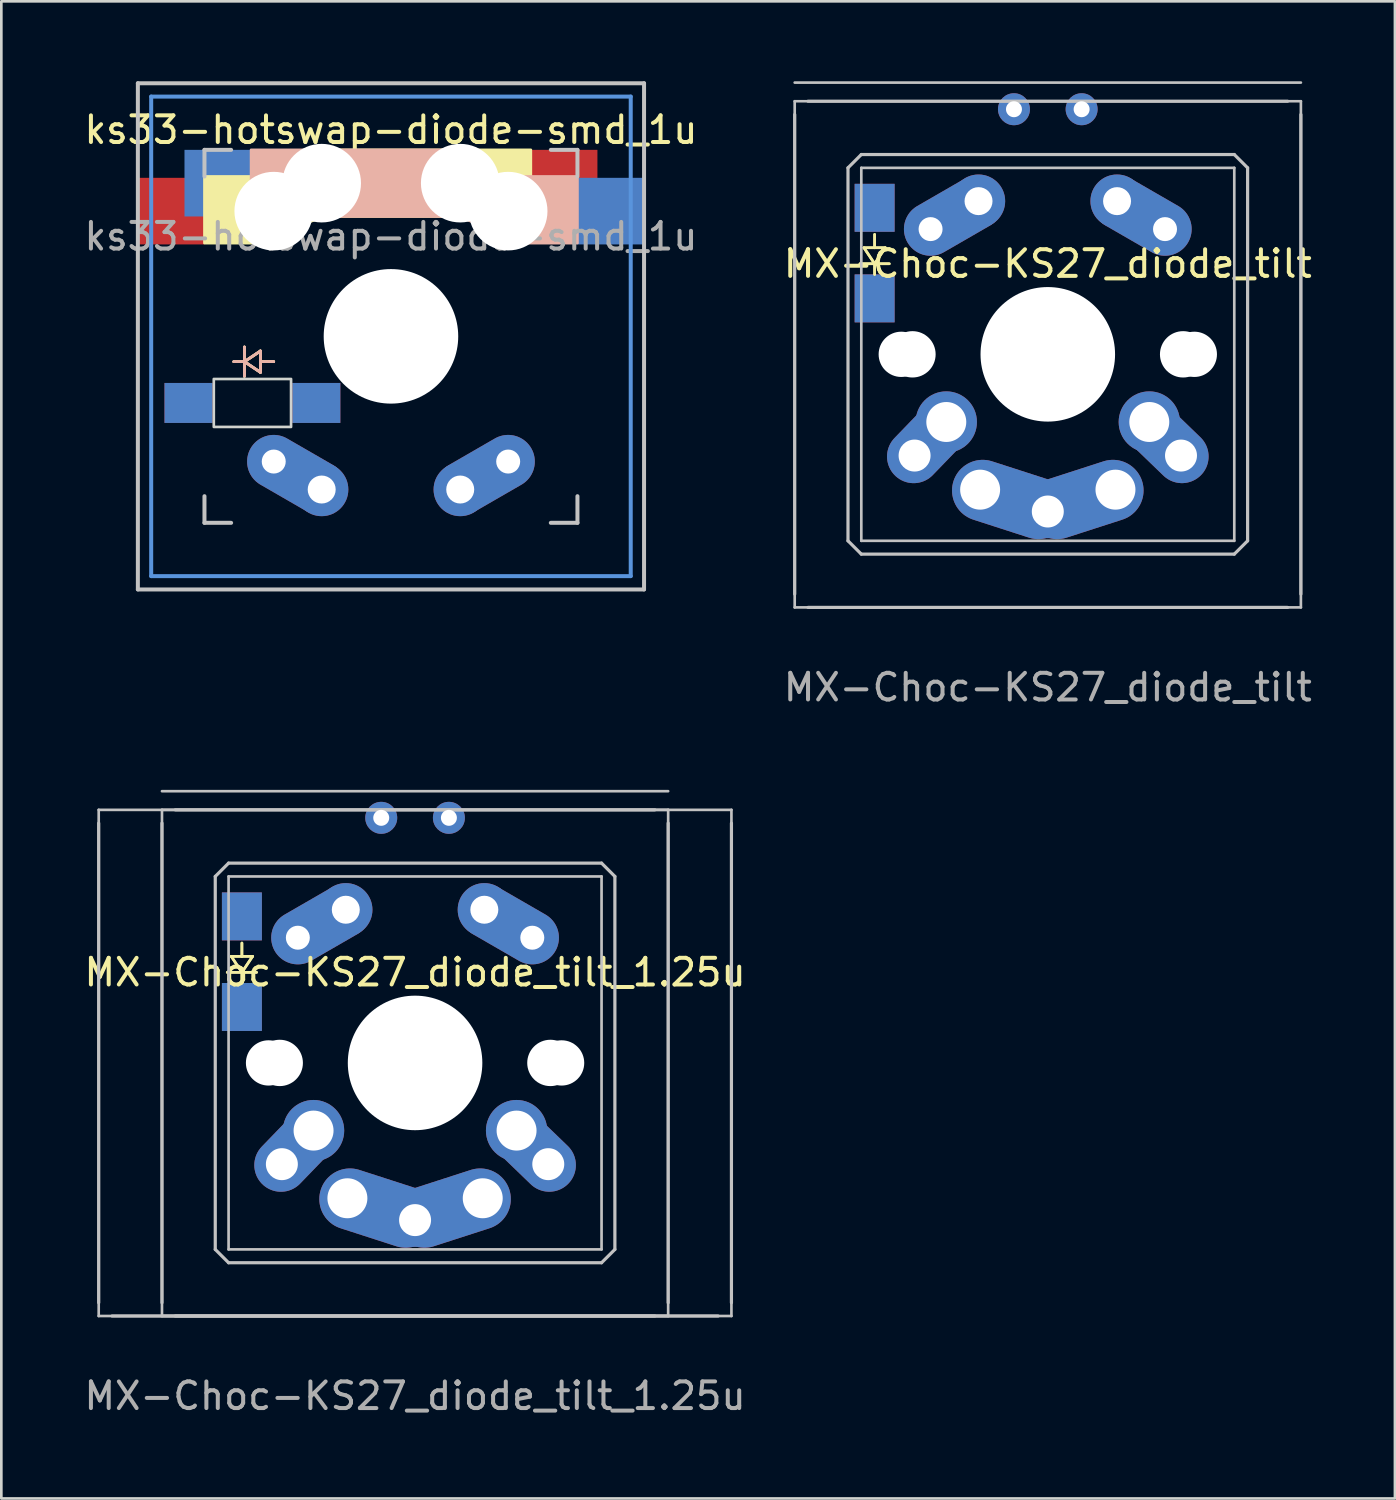
<source format=kicad_pcb>
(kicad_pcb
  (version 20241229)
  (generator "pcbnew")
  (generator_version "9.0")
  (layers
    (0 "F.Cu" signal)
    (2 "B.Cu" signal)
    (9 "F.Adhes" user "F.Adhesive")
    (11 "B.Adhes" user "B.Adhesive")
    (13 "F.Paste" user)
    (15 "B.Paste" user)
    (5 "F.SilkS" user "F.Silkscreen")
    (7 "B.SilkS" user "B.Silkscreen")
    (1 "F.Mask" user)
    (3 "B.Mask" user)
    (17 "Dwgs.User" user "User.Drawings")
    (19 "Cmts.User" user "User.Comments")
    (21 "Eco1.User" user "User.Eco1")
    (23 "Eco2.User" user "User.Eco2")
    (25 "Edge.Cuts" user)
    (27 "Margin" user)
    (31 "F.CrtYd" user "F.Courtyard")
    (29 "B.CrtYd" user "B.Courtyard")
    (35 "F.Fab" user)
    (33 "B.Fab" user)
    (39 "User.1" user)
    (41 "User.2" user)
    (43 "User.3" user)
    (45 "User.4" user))
  (footprint "MX-Choc-KS27_diode_tilt_1.25u"
    (layer "F.Cu")
    (at 12.53 36.848)
    (property "Reference" "MX-Choc-KS27_diode_tilt_1.25u" (at 0 -3.4 0) (unlocked yes) (layer "F.SilkS") (effects (font (size 1 1) (thickness 0.15))))
    (attr smd)
    (fp_line (start -6.9 -4) (end -6.5 -3.4) (stroke (width 0.1) (type solid)) (layer "F.SilkS"))
    (fp_line (start -6.9 -4) (end -6.5 -3.4) (stroke (width 0.1) (type solid)) (layer "F.SilkS"))
    (fp_line (start -6.5 -4) (end -6.5 -4.5) (stroke (width 0.1) (type solid)) (layer "F.SilkS"))
    (fp_line (start -6.5 -4) (end -6.5 -4.5) (stroke (width 0.1) (type solid)) (layer "F.SilkS"))
    (fp_line (start -6.5 -3.4) (end -7.05 -3.4) (stroke (width 0.1) (type solid)) (layer "F.SilkS"))
    (fp_line (start -6.5 -3.4) (end -7.05 -3.4) (stroke (width 0.1) (type solid)) (layer "F.SilkS"))
    (fp_line (start -6.5 -3.4) (end -6.1 -4) (stroke (width 0.1) (type solid)) (layer "F.SilkS"))
    (fp_line (start -6.5 -3.4) (end -6.1 -4) (stroke (width 0.1) (type solid)) (layer "F.SilkS"))
    (fp_line (start -6.5 -3.4) (end -5.95 -3.4) (stroke (width 0.1) (type solid)) (layer "F.SilkS"))
    (fp_line (start -6.5 -3.4) (end -5.95 -3.4) (stroke (width 0.1) (type solid)) (layer "F.SilkS"))
    (fp_line (start -6.5 -3) (end -6.5 -3.4) (stroke (width 0.1) (type solid)) (layer "F.SilkS"))
    (fp_line (start -6.5 -3) (end -6.5 -3.4) (stroke (width 0.1) (type solid)) (layer "F.SilkS"))
    (fp_line (start -6.1 -4) (end -6.9 -4) (stroke (width 0.1) (type solid)) (layer "F.SilkS"))
    (fp_line (start -6.1 -4) (end -6.9 -4) (stroke (width 0.1) (type solid)) (layer "F.SilkS"))
    (fp_line (start -11.875 -9.5) (end 11.875 -9.5) (stroke (width 0.1) (type solid)) (layer "Dwgs.User"))
    (fp_line (start -11.875 9) (end -11.875 -9) (stroke (width 0.12) (type solid)) (layer "Dwgs.User"))
    (fp_line (start -11.875 9.5) (end -11.875 -9.5) (stroke (width 0.1) (type solid)) (layer "Dwgs.User"))
    (fp_line (start -9.5 -10.2) (end 9.5 -10.2) (stroke (width 0.1) (type solid)) (layer "Dwgs.User"))
    (fp_line (start -9.5 -9.5) (end 9.5 -9.5) (stroke (width 0.1) (type solid)) (layer "Dwgs.User"))
    (fp_line (start -9.5 9) (end -9.5 -9) (stroke (width 0.12) (type solid)) (layer "Dwgs.User"))
    (fp_line (start -9.5 9.5) (end -9.5 -9.5) (stroke (width 0.1) (type solid)) (layer "Dwgs.User"))
    (fp_line (start -9 -9.5) (end 9 -9.5) (stroke (width 0.12) (type solid)) (layer "Dwgs.User"))
    (fp_line (start -7.5 -7) (end -7 -7.5) (stroke (width 0.12) (type solid)) (layer "Dwgs.User"))
    (fp_line (start -7.5 7) (end -7.5 -7) (stroke (width 0.12) (type solid)) (layer "Dwgs.User"))
    (fp_line (start -7 -7.5) (end 7 -7.5) (stroke (width 0.12) (type solid)) (layer "Dwgs.User"))
    (fp_line (start -7 -7) (end 7 -7) (stroke (width 0.1) (type solid)) (layer "Dwgs.User"))
    (fp_line (start -7 7) (end -7 -7) (stroke (width 0.1) (type solid)) (layer "Dwgs.User"))
    (fp_line (start -7 7.5) (end -7.5 7) (stroke (width 0.12) (type solid)) (layer "Dwgs.User"))
    (fp_line (start 7 -7.5) (end 7.5 -7) (stroke (width 0.12) (type solid)) (layer "Dwgs.User"))
    (fp_line (start 7 -7) (end 7 7) (stroke (width 0.1) (type solid)) (layer "Dwgs.User"))
    (fp_line (start 7 7) (end -7 7) (stroke (width 0.1) (type solid)) (layer "Dwgs.User"))
    (fp_line (start 7 7.5) (end -7 7.5) (stroke (width 0.12) (type solid)) (layer "Dwgs.User"))
    (fp_line (start 7.5 -7) (end 7.5 7) (stroke (width 0.12) (type solid)) (layer "Dwgs.User"))
    (fp_line (start 7.5 7) (end 7 7.5) (stroke (width 0.12) (type solid)) (layer "Dwgs.User"))
    (fp_line (start 9 9.5) (end -9 9.5) (stroke (width 0.12) (type solid)) (layer "Dwgs.User"))
    (fp_line (start 9.5 -9.5) (end 9.5 9.5) (stroke (width 0.1) (type solid)) (layer "Dwgs.User"))
    (fp_line (start 9.5 -9) (end 9.5 9) (stroke (width 0.12) (type solid)) (layer "Dwgs.User"))
    (fp_line (start 9.5 9.5) (end -9.5 9.5) (stroke (width 0.1) (type solid)) (layer "Dwgs.User"))
    (fp_line (start 11.375 9.5) (end -11.375 9.5) (stroke (width 0.12) (type solid)) (layer "Dwgs.User"))
    (fp_line (start 11.875 -9.5) (end 11.875 9.5) (stroke (width 0.1) (type solid)) (layer "Dwgs.User"))
    (fp_line (start 11.875 -9) (end 11.875 9) (stroke (width 0.12) (type solid)) (layer "Dwgs.User"))
    (fp_line (start 11.875 9.5) (end -11.875 9.5) (stroke (width 0.1) (type solid)) (layer "Dwgs.User"))
    (fp_text user "${REFERENCE}" (at 0 12.5 0) (unlocked yes) (layer "F.Fab") (effects (font (size 1 1) (thickness 0.15))))
    (pad "" np_thru_hole circle (at -5.5 0 48.1) (size 1.7 1.7) (drill 1.7) (layers "*.Cu" "*.Mask"))
    (pad "" np_thru_hole circle (at -5.08 0 228.099) (size 1.74 1.74) (drill 1.74) (layers "*.Cu" "*.Mask"))
    (pad "" np_thru_hole circle (at 0 0) (size 5.05 5.05) (drill 5.05) (layers "*.Cu" "*.Mask"))
    (pad "" np_thru_hole circle (at 5.08 0 311.901) (size 1.74 1.74) (drill 1.74) (layers "*.Cu" "*.Mask"))
    (pad "" np_thru_hole circle (at 5.5 0 311.9) (size 1.7 1.7) (drill 1.7) (layers "*.Cu" "*.Mask"))
    (pad "1" thru_hole oval (at -5 3.8 46) (size 3.5 2) (drill 1.2 (offset 0.7 0)) (layers "*.Cu" "*.Mask"))
    (pad "1" thru_hole circle (at -3.81 2.54) (size 2.3 2.3) (drill 1.5) (layers "*.Cu" "*.Mask"))
    (pad "1" thru_hole circle (at 1.27 -9.2 180) (size 1.2 1.2) (drill 0.6) (layers "*.Cu" "*.Mask"))
    (pad "1" thru_hole circle (at 2.6 -5.75 180) (size 2 2) (drill 1.05) (layers "*.Cu" "*.Mask"))
    (pad "1" thru_hole circle (at 3.81 2.54) (size 2.3 2.3) (drill 1.5) (layers "*.Cu" "*.Mask"))
    (pad "1" thru_hole oval (at 4.4 -4.7 150) (size 4 2) (drill 0.9 (offset 1 0)) (layers "*.Cu" "*.Mask"))
    (pad "1" thru_hole oval (at 5 3.8 136) (size 3.5 2) (drill 1.2 (offset 0.7 0)) (layers "*.Cu" "*.Mask"))
    (pad "2" smd rect (at -6.5 -2.1 270) (size 1.8 1.5) (layers "F.Cu" "F.Mask" "F.Paste"))
    (pad "2" smd rect (at -6.5 -2.1 270) (size 1.8 1.5) (layers "B.Cu" "B.Mask" "B.Paste"))
    (pad "3" smd rect (at -6.5 -5.5 270) (size 1.8 1.5) (layers "F.Cu" "F.Mask" "F.Paste"))
    (pad "3" smd rect (at -6.5 -5.5 270) (size 1.8 1.5) (layers "B.Cu" "B.Mask" "B.Paste"))
    (pad "3" thru_hole oval (at -4.4 -4.7 30) (size 4 2) (drill 0.9 (offset 1 0)) (layers "*.Cu" "*.Mask"))
    (pad "3" thru_hole circle (at -2.6 -5.75 180) (size 2 2) (drill 1.05) (layers "*.Cu" "*.Mask"))
    (pad "3" thru_hole oval (at -2.54 5.08 342.1) (size 4.5 2.3) (drill 1.5 (offset 1.2 0)) (layers "*.Cu" "*.Mask"))
    (pad "3" thru_hole circle (at -1.27 -9.2 180) (size 1.2 1.2) (drill 0.6) (layers "*.Cu" "*.Mask"))
    (pad "3" thru_hole circle (at 0 5.9) (size 2 2) (drill 1.2) (layers "*.Cu" "*.Mask"))
    (pad "3" thru_hole oval (at 2.54 5.08 197.9) (size 4.5 2.3) (drill 1.5 (offset 1.2 0)) (layers "*.Cu" "*.Mask")))
  (footprint "ks33-hotswap-diode-smd_1u"
    (layer "F.Cu")
    (at 11.625 9.575)
    (property "Reference" "ks33-hotswap-diode-smd_1u" (at 0 -7.75 0) (unlocked yes) (layer "F.SilkS") (effects (font (size 1 1) (thickness 0.15))))
    (attr smd)
    (fp_line (start -5.9 0.95) (end -5.5 0.95) (stroke (width 0.1) (type solid)) (layer "F.SilkS"))
    (fp_line (start -5.9 0.95) (end -5.5 0.95) (stroke (width 0.1) (type solid)) (layer "F.SilkS"))
    (fp_line (start -5.5 0.95) (end -5.5 0.4) (stroke (width 0.1) (type solid)) (layer "F.SilkS"))
    (fp_line (start -5.5 0.95) (end -5.5 0.4) (stroke (width 0.1) (type solid)) (layer "F.SilkS"))
    (fp_line (start -5.5 0.95) (end -5.5 1.5) (stroke (width 0.1) (type solid)) (layer "F.SilkS"))
    (fp_line (start -5.5 0.95) (end -5.5 1.5) (stroke (width 0.1) (type solid)) (layer "F.SilkS"))
    (fp_line (start -5.5 0.95) (end -4.9 1.35) (stroke (width 0.1) (type solid)) (layer "F.SilkS"))
    (fp_line (start -5.5 0.95) (end -4.9 1.35) (stroke (width 0.1) (type solid)) (layer "F.SilkS"))
    (fp_line (start -4.9 0.55) (end -5.5 0.95) (stroke (width 0.1) (type solid)) (layer "F.SilkS"))
    (fp_line (start -4.9 0.55) (end -5.5 0.95) (stroke (width 0.1) (type solid)) (layer "F.SilkS"))
    (fp_line (start -4.9 0.95) (end -4.4 0.95) (stroke (width 0.1) (type solid)) (layer "F.SilkS"))
    (fp_line (start -4.9 0.95) (end -4.4 0.95) (stroke (width 0.1) (type solid)) (layer "F.SilkS"))
    (fp_line (start -4.9 1.35) (end -4.9 0.55) (stroke (width 0.1) (type solid)) (layer "F.SilkS"))
    (fp_line (start -4.9 1.35) (end -4.9 0.55) (stroke (width 0.1) (type solid)) (layer "F.SilkS"))
    (fp_poly (pts (xy -7 -6) (xy -7 -3.5) (xy -5.08 -3.5) (xy -2.54 -4.5) (xy 5.25 -4.5) (xy 5.25 -7) (xy -3 -7) (xy -4 -6)) (stroke (width 0.1) (type solid)) (fill yes) (layer "F.SilkS"))
    (fp_line (start -5.9 0.95) (end -5.5 0.95) (stroke (width 0.1) (type solid)) (layer "B.SilkS"))
    (fp_line (start -5.9 0.95) (end -5.5 0.95) (stroke (width 0.1) (type solid)) (layer "B.SilkS"))
    (fp_line (start -5.5 0.95) (end -5.5 0.4) (stroke (width 0.1) (type solid)) (layer "B.SilkS"))
    (fp_line (start -5.5 0.95) (end -5.5 0.4) (stroke (width 0.1) (type solid)) (layer "B.SilkS"))
    (fp_line (start -5.5 0.95) (end -5.5 1.5) (stroke (width 0.1) (type solid)) (layer "B.SilkS"))
    (fp_line (start -5.5 0.95) (end -5.5 1.5) (stroke (width 0.1) (type solid)) (layer "B.SilkS"))
    (fp_line (start -5.5 0.95) (end -4.9 0.55) (stroke (width 0.1) (type solid)) (layer "B.SilkS"))
    (fp_line (start -5.5 0.95) (end -4.9 0.55) (stroke (width 0.1) (type solid)) (layer "B.SilkS"))
    (fp_line (start -4.9 0.55) (end -4.9 1.35) (stroke (width 0.1) (type solid)) (layer "B.SilkS"))
    (fp_line (start -4.9 0.55) (end -4.9 1.35) (stroke (width 0.1) (type solid)) (layer "B.SilkS"))
    (fp_line (start -4.9 0.95) (end -4.4 0.95) (stroke (width 0.1) (type solid)) (layer "B.SilkS"))
    (fp_line (start -4.9 0.95) (end -4.4 0.95) (stroke (width 0.1) (type solid)) (layer "B.SilkS"))
    (fp_line (start -4.9 1.35) (end -5.5 0.95) (stroke (width 0.1) (type solid)) (layer "B.SilkS"))
    (fp_line (start -4.9 1.35) (end -5.5 0.95) (stroke (width 0.1) (type solid)) (layer "B.SilkS"))
    (fp_poly (pts (xy 7 -6) (xy 7 -3.5) (xy 5.08 -3.5) (xy 2.54 -4.5) (xy -5.25 -4.5) (xy -5.25 -7) (xy 3 -7) (xy 4 -6)) (stroke (width 0.1) (type solid)) (fill yes) (layer "B.SilkS"))
    (fp_line (start -9.5 -9.5) (end -9.5 9.5) (stroke (width 0.15) (type solid)) (layer "Dwgs.User"))
    (fp_line (start -9.5 9.5) (end 9.5 9.5) (stroke (width 0.15) (type solid)) (layer "Dwgs.User"))
    (fp_line (start -7 -7) (end -6 -7) (stroke (width 0.15) (type solid)) (layer "Dwgs.User"))
    (fp_line (start -7 -6) (end -7 -7) (stroke (width 0.15) (type solid)) (layer "Dwgs.User"))
    (fp_line (start -7 6) (end -7 7) (stroke (width 0.15) (type solid)) (layer "Dwgs.User"))
    (fp_line (start -7 7) (end -6 7) (stroke (width 0.15) (type solid)) (layer "Dwgs.User"))
    (fp_line (start 6 -7) (end 7 -7) (stroke (width 0.15) (type solid)) (layer "Dwgs.User"))
    (fp_line (start 7 -7) (end 7 -6) (stroke (width 0.15) (type solid)) (layer "Dwgs.User"))
    (fp_line (start 7 7) (end 6 7) (stroke (width 0.15) (type solid)) (layer "Dwgs.User"))
    (fp_line (start 7 7) (end 7 6) (stroke (width 0.15) (type solid)) (layer "Dwgs.User"))
    (fp_line (start 9.5 -9.5) (end -9.5 -9.5) (stroke (width 0.15) (type solid)) (layer "Dwgs.User"))
    (fp_line (start 9.5 9.5) (end 9.5 -9.5) (stroke (width 0.15) (type solid)) (layer "Dwgs.User"))
    (fp_line (start -9 -9) (end -9 9) (stroke (width 0.15) (type solid)) (layer "Cmts.User"))
    (fp_line (start -9 9) (end 9 9) (stroke (width 0.15) (type solid)) (layer "Cmts.User"))
    (fp_line (start 9 -9) (end -9 -9) (stroke (width 0.15) (type solid)) (layer "Cmts.User"))
    (fp_line (start 9 9) (end 9 -9) (stroke (width 0.15) (type solid)) (layer "Cmts.User"))
    (fp_rect (start -6.65 1.6) (end -3.75 3.4) (stroke (width 0.1) (type default)) (fill no) (layer "Edge.Cuts"))
    (fp_text user "${REFERENCE}" (at 0 -3.75 0) (unlocked yes) (layer "F.Fab") (effects (font (size 1 1) (thickness 0.15))))
    (pad "" np_thru_hole circle (at -4.4 -4.7 180) (size 2.95 2.95) (drill 2.95) (layers "*.Cu" "*.Mask"))
    (pad "" np_thru_hole circle (at -2.6 -5.75 180) (size 2.95 2.95) (drill 2.95) (layers "*.Cu" "*.Mask"))
    (pad "" np_thru_hole circle (at 0 0 180) (size 5.05 5.05) (drill 5.05) (layers "*.Cu" "*.Mask"))
    (pad "" np_thru_hole circle (at 2.6 -5.75 180) (size 2.95 2.95) (drill 2.95) (layers "*.Cu" "*.Mask"))
    (pad "" np_thru_hole circle (at 4.4 -4.7 180) (size 2.95 2.95) (drill 2.95) (layers "*.Cu" "*.Mask"))
    (pad "1" thru_hole circle (at 2.6 5.75) (size 2 2) (drill 1.05) (layers "*.Cu" "*.Mask"))
    (pad "1" thru_hole oval (at 4.4 4.7 210) (size 4 2) (drill 0.9 (offset 1 0)) (layers "*.Cu" "*.Mask"))
    (pad "1" smd rect (at 6.475 -5.75) (size 2.55 2.5) (layers "F.Cu" "F.Mask" "F.Paste"))
    (pad "1" smd rect (at 8.275 -4.7) (size 2.55 2.5) (layers "B.Cu" "B.Mask" "B.Paste"))
    (pad "2" smd rect (at -7.6 2.5 180) (size 1.8 1.5) (layers "F.Cu" "F.Mask" "F.Paste"))
    (pad "2" smd rect (at -7.6 2.5 180) (size 1.8 1.5) (layers "B.Cu" "B.Mask" "B.Paste"))
    (pad "3" smd rect (at -8.275 -4.7) (size 2.55 2.5) (layers "F.Cu" "F.Mask" "F.Paste"))
    (pad "3" smd rect (at -6.475 -5.75) (size 2.55 2.5) (layers "B.Cu" "B.Mask" "B.Paste"))
    (pad "3" thru_hole oval (at -4.4 4.7 330) (size 4 2) (drill 0.9 (offset 1 0)) (layers "*.Cu" "*.Mask"))
    (pad "3" smd rect (at -2.8 2.5 180) (size 1.8 1.5) (layers "F.Cu" "F.Mask" "F.Paste"))
    (pad "3" smd rect (at -2.8 2.5 180) (size 1.8 1.5) (layers "B.Cu" "B.Mask" "B.Paste"))
    (pad "3" thru_hole circle (at -2.6 5.75) (size 2 2) (drill 1.05) (layers "*.Cu" "*.Mask")))
  (footprint "MX-Choc-KS27_diode_tilt"
    (layer "F.Cu")
    (at 36.28 10.25)
    (property "Reference" "MX-Choc-KS27_diode_tilt" (at 0 -3.4 0) (unlocked yes) (layer "F.SilkS") (effects (font (size 1 1) (thickness 0.15))))
    (attr smd)
    (fp_line (start -6.9 -4) (end -6.5 -3.4) (stroke (width 0.1) (type solid)) (layer "F.SilkS"))
    (fp_line (start -6.9 -4) (end -6.5 -3.4) (stroke (width 0.1) (type solid)) (layer "F.SilkS"))
    (fp_line (start -6.5 -4) (end -6.5 -4.5) (stroke (width 0.1) (type solid)) (layer "F.SilkS"))
    (fp_line (start -6.5 -4) (end -6.5 -4.5) (stroke (width 0.1) (type solid)) (layer "F.SilkS"))
    (fp_line (start -6.5 -3.4) (end -7.05 -3.4) (stroke (width 0.1) (type solid)) (layer "F.SilkS"))
    (fp_line (start -6.5 -3.4) (end -7.05 -3.4) (stroke (width 0.1) (type solid)) (layer "F.SilkS"))
    (fp_line (start -6.5 -3.4) (end -6.1 -4) (stroke (width 0.1) (type solid)) (layer "F.SilkS"))
    (fp_line (start -6.5 -3.4) (end -6.1 -4) (stroke (width 0.1) (type solid)) (layer "F.SilkS"))
    (fp_line (start -6.5 -3.4) (end -5.95 -3.4) (stroke (width 0.1) (type solid)) (layer "F.SilkS"))
    (fp_line (start -6.5 -3.4) (end -5.95 -3.4) (stroke (width 0.1) (type solid)) (layer "F.SilkS"))
    (fp_line (start -6.5 -3) (end -6.5 -3.4) (stroke (width 0.1) (type solid)) (layer "F.SilkS"))
    (fp_line (start -6.5 -3) (end -6.5 -3.4) (stroke (width 0.1) (type solid)) (layer "F.SilkS"))
    (fp_line (start -6.1 -4) (end -6.9 -4) (stroke (width 0.1) (type solid)) (layer "F.SilkS"))
    (fp_line (start -6.1 -4) (end -6.9 -4) (stroke (width 0.1) (type solid)) (layer "F.SilkS"))
    (fp_line (start -9.5 -10.2) (end 9.5 -10.2) (stroke (width 0.1) (type solid)) (layer "Dwgs.User"))
    (fp_line (start -9.5 -9.5) (end 9.5 -9.5) (stroke (width 0.1) (type solid)) (layer "Dwgs.User"))
    (fp_line (start -9.5 9) (end -9.5 -9) (stroke (width 0.12) (type solid)) (layer "Dwgs.User"))
    (fp_line (start -9.5 9.5) (end -9.5 -9.5) (stroke (width 0.1) (type solid)) (layer "Dwgs.User"))
    (fp_line (start -9 -9.5) (end 9 -9.5) (stroke (width 0.12) (type solid)) (layer "Dwgs.User"))
    (fp_line (start -7.5 -7) (end -7 -7.5) (stroke (width 0.12) (type solid)) (layer "Dwgs.User"))
    (fp_line (start -7.5 7) (end -7.5 -7) (stroke (width 0.12) (type solid)) (layer "Dwgs.User"))
    (fp_line (start -7 -7.5) (end 7 -7.5) (stroke (width 0.12) (type solid)) (layer "Dwgs.User"))
    (fp_line (start -7 -7) (end 7 -7) (stroke (width 0.1) (type solid)) (layer "Dwgs.User"))
    (fp_line (start -7 7) (end -7 -7) (stroke (width 0.1) (type solid)) (layer "Dwgs.User"))
    (fp_line (start -7 7.5) (end -7.5 7) (stroke (width 0.12) (type solid)) (layer "Dwgs.User"))
    (fp_line (start 7 -7.5) (end 7.5 -7) (stroke (width 0.12) (type solid)) (layer "Dwgs.User"))
    (fp_line (start 7 -7) (end 7 7) (stroke (width 0.1) (type solid)) (layer "Dwgs.User"))
    (fp_line (start 7 7) (end -7 7) (stroke (width 0.1) (type solid)) (layer "Dwgs.User"))
    (fp_line (start 7 7.5) (end -7 7.5) (stroke (width 0.12) (type solid)) (layer "Dwgs.User"))
    (fp_line (start 7.5 -7) (end 7.5 7) (stroke (width 0.12) (type solid)) (layer "Dwgs.User"))
    (fp_line (start 7.5 7) (end 7 7.5) (stroke (width 0.12) (type solid)) (layer "Dwgs.User"))
    (fp_line (start 9 9.5) (end -9 9.5) (stroke (width 0.12) (type solid)) (layer "Dwgs.User"))
    (fp_line (start 9.5 -9.5) (end 9.5 9.5) (stroke (width 0.1) (type solid)) (layer "Dwgs.User"))
    (fp_line (start 9.5 -9) (end 9.5 9) (stroke (width 0.12) (type solid)) (layer "Dwgs.User"))
    (fp_line (start 9.5 9.5) (end -9.5 9.5) (stroke (width 0.1) (type solid)) (layer "Dwgs.User"))
    (fp_text user "${REFERENCE}" (at 0 12.5 0) (unlocked yes) (layer "F.Fab") (effects (font (size 1 1) (thickness 0.15))))
    (pad "" np_thru_hole circle (at -5.5 0 48.1) (size 1.7 1.7) (drill 1.7) (layers "*.Cu" "*.Mask"))
    (pad "" np_thru_hole circle (at -5.08 0 228.099) (size 1.74 1.74) (drill 1.74) (layers "*.Cu" "*.Mask"))
    (pad "" np_thru_hole circle (at 0 0) (size 5.05 5.05) (drill 5.05) (layers "*.Cu" "*.Mask"))
    (pad "" np_thru_hole circle (at 5.08 0 311.901) (size 1.74 1.74) (drill 1.74) (layers "*.Cu" "*.Mask"))
    (pad "" np_thru_hole circle (at 5.5 0 311.9) (size 1.7 1.7) (drill 1.7) (layers "*.Cu" "*.Mask"))
    (pad "1" thru_hole oval (at -5 3.8 46) (size 3.5 2) (drill 1.2 (offset 0.7 0)) (layers "*.Cu" "*.Mask"))
    (pad "1" thru_hole circle (at -3.81 2.54) (size 2.3 2.3) (drill 1.5) (layers "*.Cu" "*.Mask"))
    (pad "1" thru_hole circle (at 1.27 -9.2 180) (size 1.2 1.2) (drill 0.6) (layers "*.Cu" "*.Mask"))
    (pad "1" thru_hole circle (at 2.6 -5.75 180) (size 2 2) (drill 1.05) (layers "*.Cu" "*.Mask"))
    (pad "1" thru_hole circle (at 3.81 2.54) (size 2.3 2.3) (drill 1.5) (layers "*.Cu" "*.Mask"))
    (pad "1" thru_hole oval (at 4.4 -4.7 150) (size 4 2) (drill 0.9 (offset 1 0)) (layers "*.Cu" "*.Mask"))
    (pad "1" thru_hole oval (at 5 3.8 136) (size 3.5 2) (drill 1.2 (offset 0.7 0)) (layers "*.Cu" "*.Mask"))
    (pad "2" smd rect (at -6.5 -2.1 270) (size 1.8 1.5) (layers "F.Cu" "F.Mask" "F.Paste"))
    (pad "2" smd rect (at -6.5 -2.1 270) (size 1.8 1.5) (layers "B.Cu" "B.Mask" "B.Paste"))
    (pad "3" smd rect (at -6.5 -5.5 270) (size 1.8 1.5) (layers "F.Cu" "F.Mask" "F.Paste"))
    (pad "3" smd rect (at -6.5 -5.5 270) (size 1.8 1.5) (layers "B.Cu" "B.Mask" "B.Paste"))
    (pad "3" thru_hole oval (at -4.4 -4.7 30) (size 4 2) (drill 0.9 (offset 1 0)) (layers "*.Cu" "*.Mask"))
    (pad "3" thru_hole circle (at -2.6 -5.75 180) (size 2 2) (drill 1.05) (layers "*.Cu" "*.Mask"))
    (pad "3" thru_hole oval (at -2.54 5.08 342.1) (size 4.5 2.3) (drill 1.5 (offset 1.2 0)) (layers "*.Cu" "*.Mask"))
    (pad "3" thru_hole circle (at -1.27 -9.2 180) (size 1.2 1.2) (drill 0.6) (layers "*.Cu" "*.Mask"))
    (pad "3" thru_hole circle (at 0 5.9) (size 2 2) (drill 1.2) (layers "*.Cu" "*.Mask"))
    (pad "3" thru_hole oval (at 2.54 5.08 197.9) (size 4.5 2.3) (drill 1.5 (offset 1.2 0)) (layers "*.Cu" "*.Mask")))
  (gr_rect
    (start -3 -3)
    (end 49.31 53.197)
    (stroke (width 0.1) (type default))
    (fill no)
    (layer "Edge.Cuts")))
</source>
